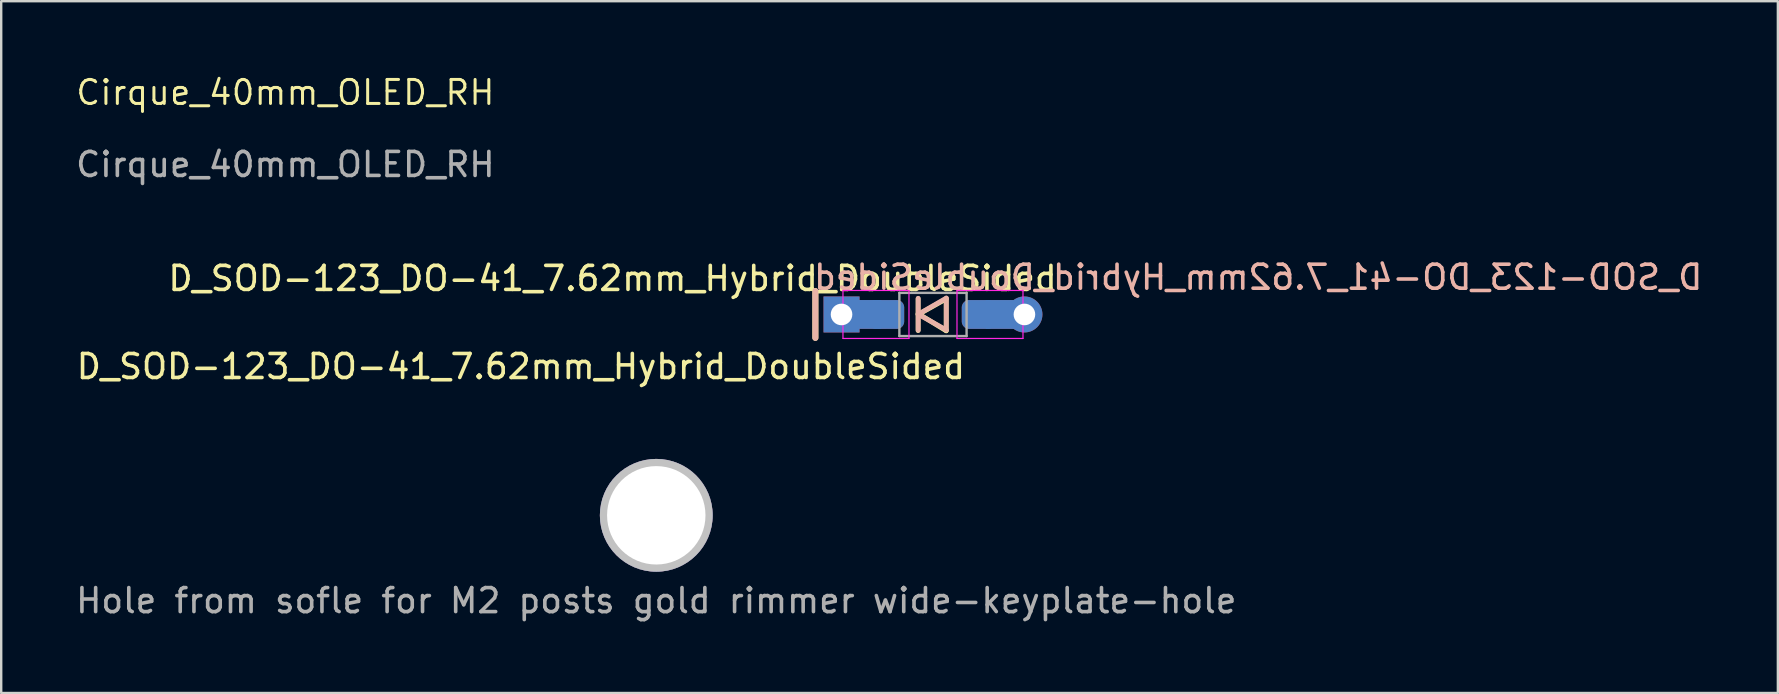
<source format=kicad_pcb>
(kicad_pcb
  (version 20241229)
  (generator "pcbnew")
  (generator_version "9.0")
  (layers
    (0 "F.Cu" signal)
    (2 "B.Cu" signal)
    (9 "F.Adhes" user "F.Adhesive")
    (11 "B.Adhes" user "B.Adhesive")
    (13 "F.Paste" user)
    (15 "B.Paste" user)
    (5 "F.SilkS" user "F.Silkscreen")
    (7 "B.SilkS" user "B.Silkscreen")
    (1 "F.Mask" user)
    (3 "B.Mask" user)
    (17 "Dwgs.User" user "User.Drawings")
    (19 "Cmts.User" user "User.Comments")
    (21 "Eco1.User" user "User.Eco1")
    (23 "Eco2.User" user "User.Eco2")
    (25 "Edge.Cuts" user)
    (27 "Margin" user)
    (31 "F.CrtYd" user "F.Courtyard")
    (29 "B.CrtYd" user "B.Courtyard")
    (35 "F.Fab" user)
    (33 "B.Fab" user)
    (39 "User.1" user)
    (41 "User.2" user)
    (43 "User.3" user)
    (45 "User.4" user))
  (footprint "Hole from sofle for M2 posts gold rimmer wide-keyplate-hole"
    (layer "F.Cu")
    (at 24.292 18.419)
    (property "Reference" "Hole from sofle for M2 posts gold rimmer wide-keyplate-hole" (at 0 3.556 0) (unlocked yes) (layer "F.Fab") (effects (font (size 1 1) (thickness 0.15))))
    (attr through_hole exclude_from_pos_files exclude_from_bom)
    (fp_circle (center 0 0) (end 2.05 0) (stroke (width 0.1) (type default)) (fill no) (layer "User.3"))
    (fp_circle (center 0 0) (end 2.05 0) (stroke (width 0.1) (type default)) (fill no) (layer "User.4"))
    (fp_circle (center 0 0) (end 2.2 0) (stroke (width 0.15) (type default)) (fill no) (layer "User.5"))
    (fp_circle (center 0 0) (end 1.1 0) (stroke (width 0.1) (type default)) (fill no) (layer "User.6"))
    (fp_circle (center 0 0) (end 1.1 0) (stroke (width 0.1) (type default)) (fill no) (layer "User.7"))
    (fp_circle (center 0 0) (end 1.1 0) (stroke (width 0.1) (type default)) (fill no) (layer "User.8"))
    (fp_circle (center 0 0) (end 1.1 0) (stroke (width 0.1) (type default)) (fill no) (layer "User.9"))
    (pad "" thru_hole circle (at 0 0 90) (size 4.7 4.7) (drill 4.1) (layers "*.Cu" "*.Mask" "Dwgs.User")))
  (footprint "Cirque_40mm_OLED_RH"
    (layer "F.Cu")
    (at 8.839 1.304)
    (property "Reference" "Cirque_40mm_OLED_RH" (at 0 -0.5 0) (unlocked yes) (layer "F.SilkS") (effects (font (size 1 1) (thickness 0.125))))
    (attr exclude_from_pos_files exclude_from_bom)
    (fp_line (start -0.375 0) (end 0.375 0) (stroke (width 0.1) (type default)) (layer "User.3"))
    (fp_line (start 0 -0.375) (end 0 0.375) (stroke (width 0.1) (type default)) (layer "User.3"))
    (fp_text user "${REFERENCE}" (at 0 2.5 0) (unlocked yes) (layer "F.Fab") (effects (font (size 1 1) (thickness 0.15)))))
  (footprint "D_SOD-123_DO-41_7.62mm_Hybrid_DoubleSided"
    (layer "F.Cu")
    (at 35.82 10.051)
    (property "Reference" "D_SOD-123_DO-41_7.62mm_Hybrid_DoubleSided" (at 1.43 2.17 0) (layer "F.SilkS") (effects (font (size 1 1) (thickness 0.15)) (justify right)))
    (attr smd)
    (fp_line (start -4.9 -0.975) (end -4.9 0.975) (stroke (width 0.25) (type default)) (layer "F.SilkS"))
    (fp_line (start -0.62 -0.66) (end -0.62 0.67) (stroke (width 0.2) (type solid)) (layer "F.SilkS"))
    (fp_line (start -0.62 0.005) (end 0.55 -0.65) (stroke (width 0.2) (type solid)) (layer "F.SilkS"))
    (fp_line (start 0.55 -0.65) (end 0.55 0.68) (stroke (width 0.2) (type solid)) (layer "F.SilkS"))
    (fp_line (start 0.55 0.68) (end -0.62 -0.037) (stroke (width 0.2) (type solid)) (layer "F.SilkS"))
    (fp_line (start -4.9 0.975) (end -4.9 -0.975) (stroke (width 0.25) (type default)) (layer "B.SilkS"))
    (fp_line (start -0.615 -0.007) (end 0.555 0.647) (stroke (width 0.2) (type solid)) (layer "B.SilkS"))
    (fp_line (start -0.615 0.657) (end -0.615 -0.672) (stroke (width 0.2) (type solid)) (layer "B.SilkS"))
    (fp_line (start 0.555 -0.682) (end -0.615 -0.007) (stroke (width 0.2) (type solid)) (layer "B.SilkS"))
    (fp_line (start 0.555 0.647) (end 0.555 -0.682) (stroke (width 0.2) (type solid)) (layer "B.SilkS"))
    (fp_line (start -3.75 -1) (end -3.75 1) (stroke (width 0.05) (type default)) (layer "F.CrtYd"))
    (fp_line (start -3.75 -1) (end -1 -1) (stroke (width 0.05) (type solid)) (layer "F.CrtYd"))
    (fp_line (start -1 -1) (end -1 1) (stroke (width 0.05) (type default)) (layer "F.CrtYd"))
    (fp_line (start -1 1) (end -3.75 1) (stroke (width 0.05) (type solid)) (layer "F.CrtYd"))
    (fp_line (start 1 -1) (end 1 1) (stroke (width 0.05) (type default)) (layer "F.CrtYd"))
    (fp_line (start 1 -1) (end 3.75 -1) (stroke (width 0.05) (type solid)) (layer "F.CrtYd"))
    (fp_line (start 3.75 -1) (end 3.75 1) (stroke (width 0.05) (type default)) (layer "F.CrtYd"))
    (fp_line (start 3.75 1) (end 1 1) (stroke (width 0.05) (type solid)) (layer "F.CrtYd"))
    (fp_line (start -1.4 -0.9) (end 1.4 -0.9) (stroke (width 0.1) (type solid)) (layer "F.Fab"))
    (fp_line (start -1.4 0.9) (end -1.4 -0.9) (stroke (width 0.1) (type solid)) (layer "F.Fab"))
    (fp_line (start 1.4 -0.9) (end 1.4 0.9) (stroke (width 0.1) (type solid)) (layer "F.Fab"))
    (fp_line (start 1.4 0.9) (end -1.4 0.9) (stroke (width 0.1) (type solid)) (layer "F.Fab"))
    (fp_text user "${REFERENCE}" (at 5.25 -1.5 0) (layer "F.SilkS") (effects (font (size 1 1) (thickness 0.15)) (justify right)))
    (fp_text user "${REFERENCE}" (at -5.05 -1.55 0) (layer "B.SilkS") (effects (font (size 1 1) (thickness 0.15)) (justify right mirror)))
    (pad "1" thru_hole rect (at -3.81 0) (size 1.5 1.5) (drill 0.9) (layers "*.Cu" "*.Mask"))
    (pad "1" smd rect (at -2.76 -0.001 180) (size 1.2 1.2) (layers "B.Cu"))
    (pad "1" smd rect (at -2.55 0) (size 1.2 1.2) (layers "F.Cu"))
    (pad "1" smd roundrect (at -1.95 0) (size 1.5 1.2) (layers "F.Cu" "F.Mask" "F.Paste") (roundrect_rratio 0.25))
    (pad "1" smd roundrect (at -1.95 0) (size 1.5 1.2) (layers "B.Cu" "B.Mask" "B.Paste") (roundrect_rratio 0.25))
    (pad "2" smd roundrect (at 1.9 0) (size 1.4 1.2) (layers "F.Cu" "F.Mask" "F.Paste") (roundrect_rratio 0.25))
    (pad "2" smd roundrect (at 1.9 0) (size 1.4 1.2) (layers "B.Cu" "B.Mask" "B.Paste") (roundrect_rratio 0.25))
    (pad "2" smd rect (at 2.8 0) (size 1.2 1.2) (layers "F.Cu"))
    (pad "2" smd rect (at 2.8 0 180) (size 1.2 1.2) (layers "B.Cu"))
    (pad "2" thru_hole oval (at 3.81 0) (size 1.5 1.5) (drill 0.9) (layers "*.Cu" "*.Mask")))
  (gr_rect
    (start -3 -3)
    (end 71.02 25.823)
    (stroke (width 0.1) (type default))
    (fill no)
    (layer "Edge.Cuts")))
</source>
